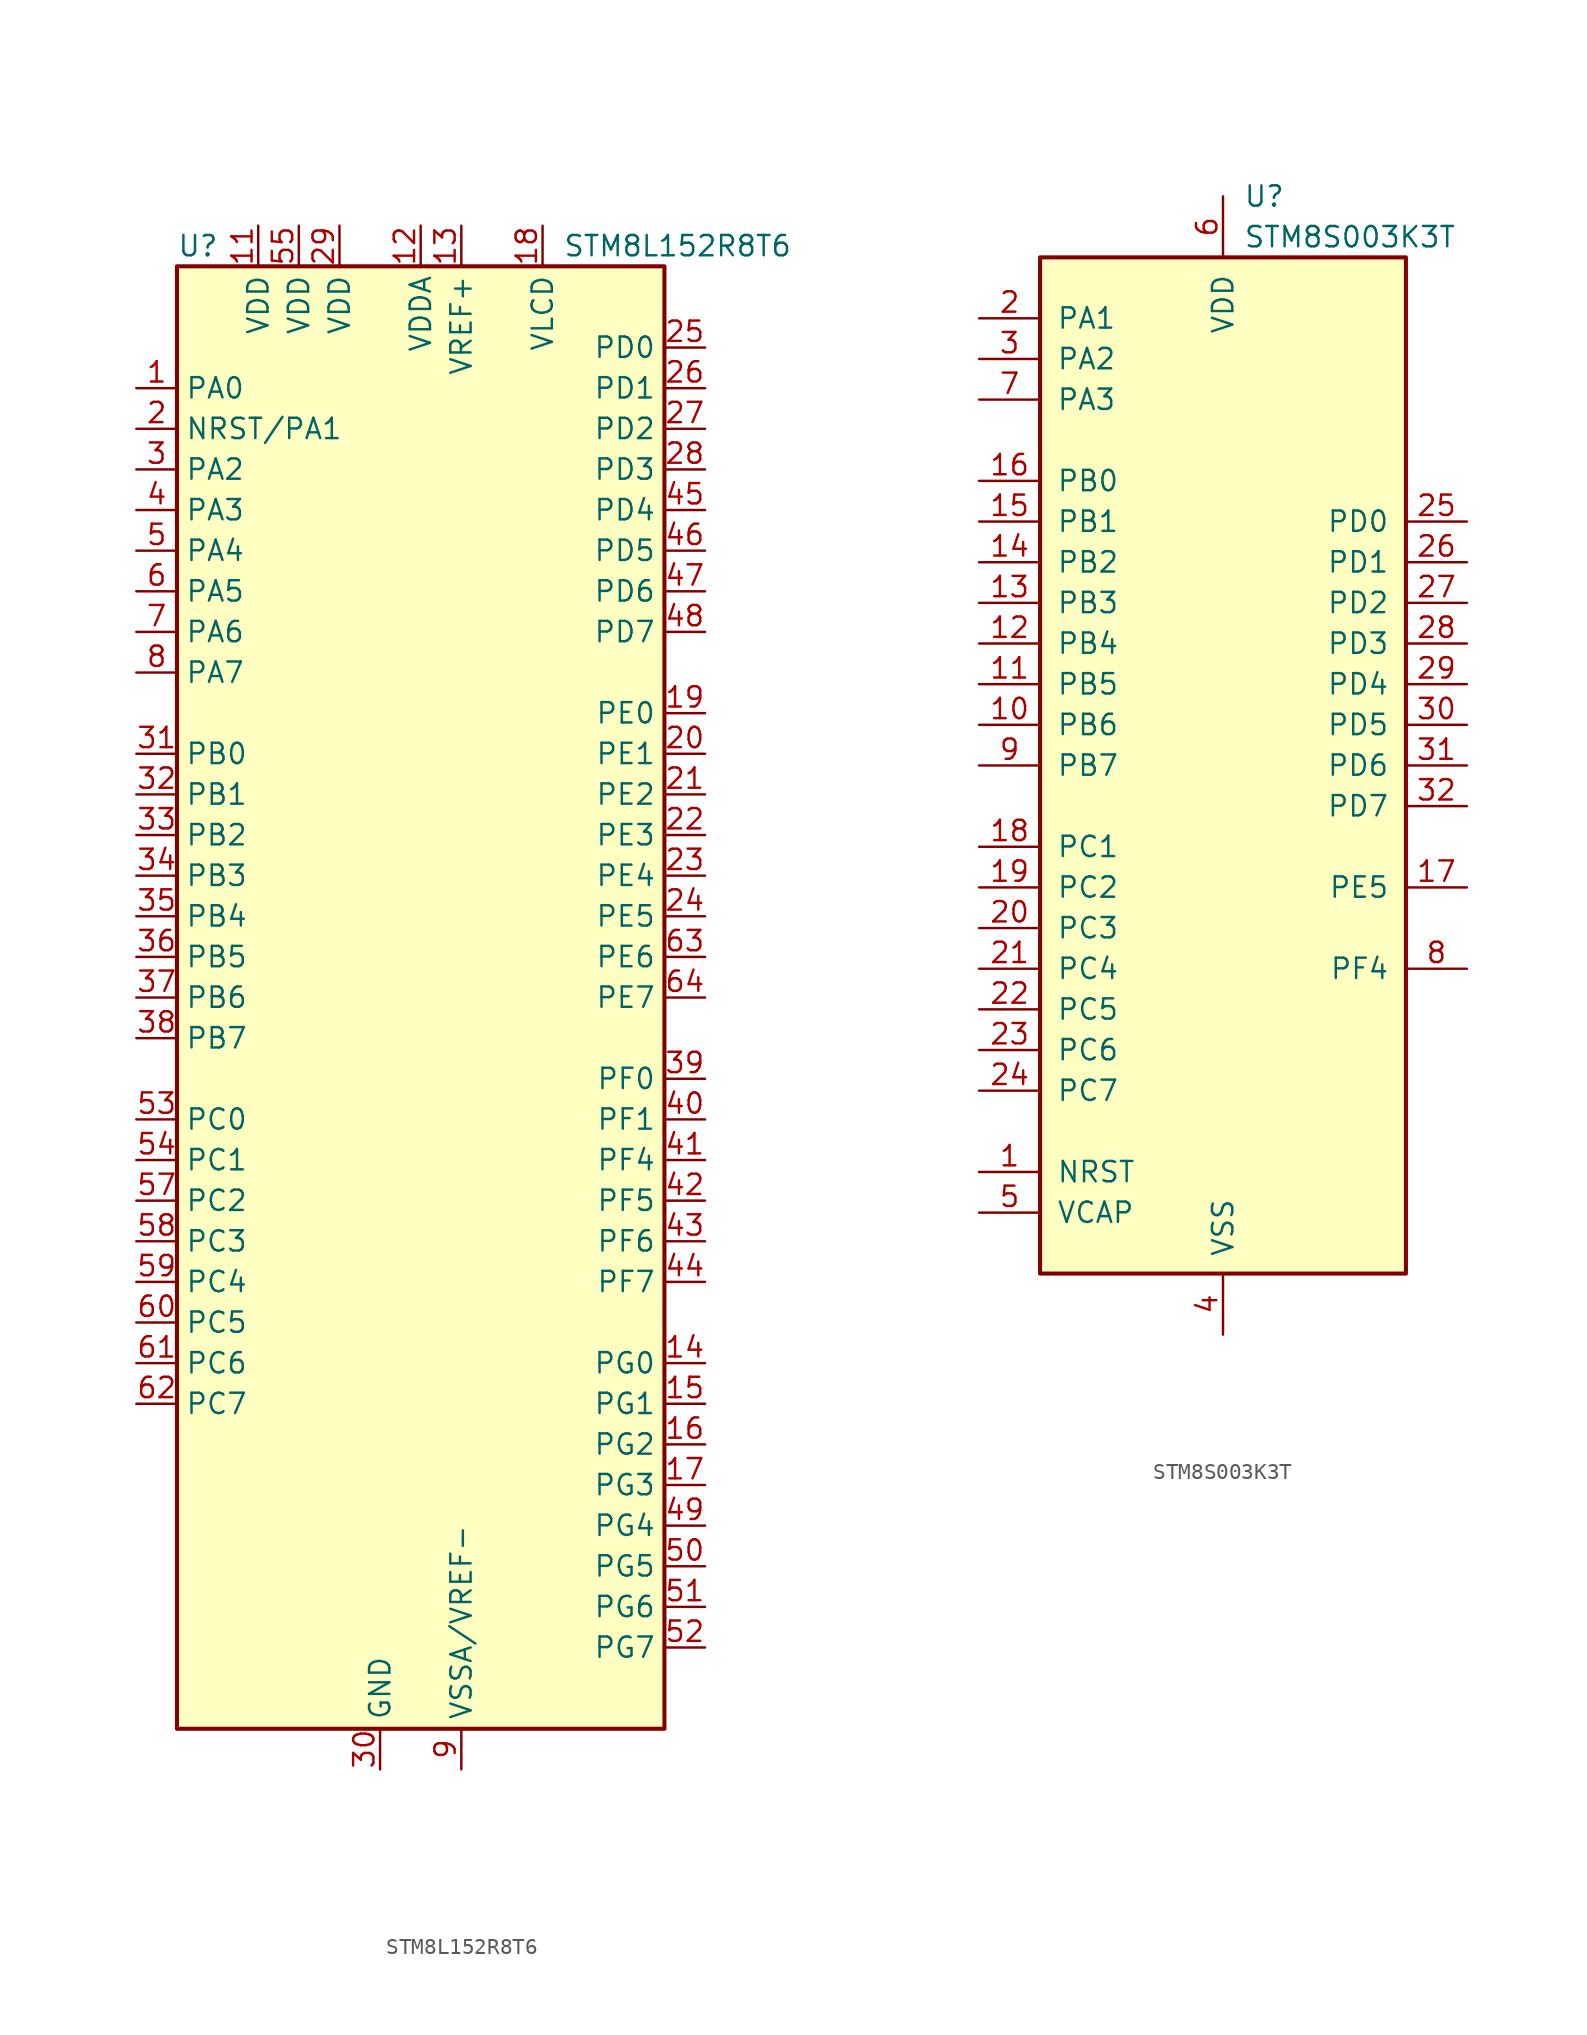
<source format=kicad_sym>
(kicad_symbol_lib
  (version 20201005)
  (generator kicad_symbol_editor)
  (symbol "STM8L152R8T6"
    (property "Reference" "U"
      (at -15.24 46.99 0)
      (effects (font (size 1.27 1.27)) (justify left)))
    (property "Value" "STM8L152R8T6"
      (at 8.89 46.99 0)
      (effects (font (size 1.27 1.27)) (justify left)))
    (symbol "STM8L152R8T6_0_0"
      (pin passive line (at -2.54 -48.26 90) (length 2.54) hide (name "GND" (effects (font (size 1.27 1.27)))) (number "10" (effects (font (size 1.27 1.27)))))
      (pin bidirectional line (at 17.78 12.7 180) (length 2.54) (name "PE2" (effects (font (size 1.27 1.27)))) (number "21" (effects (font (size 1.27 1.27)))))
      (pin bidirectional line (at 17.78 10.16 180) (length 2.54) (name "PE3" (effects (font (size 1.27 1.27)))) (number "22" (effects (font (size 1.27 1.27)))))
      (pin bidirectional line (at 17.78 7.62 180) (length 2.54) (name "PE4" (effects (font (size 1.27 1.27)))) (number "23" (effects (font (size 1.27 1.27)))))
      (pin bidirectional line (at 17.78 5.08 180) (length 2.54) (name "PE5" (effects (font (size 1.27 1.27)))) (number "24" (effects (font (size 1.27 1.27)))))
      (pin bidirectional line (at 17.78 40.64 180) (length 2.54) (name "PD0" (effects (font (size 1.27 1.27)))) (number "25" (effects (font (size 1.27 1.27)))))
      (pin bidirectional line (at 17.78 38.1 180) (length 2.54) (name "PD1" (effects (font (size 1.27 1.27)))) (number "26" (effects (font (size 1.27 1.27)))))
      (pin bidirectional line (at 17.78 35.56 180) (length 2.54) (name "PD2" (effects (font (size 1.27 1.27)))) (number "27" (effects (font (size 1.27 1.27)))))
      (pin bidirectional line (at 17.78 33.02 180) (length 2.54) (name "PD3" (effects (font (size 1.27 1.27)))) (number "28" (effects (font (size 1.27 1.27)))))
      (pin power_in line (at -5.08 48.26 270) (length 2.54) (name "VDD" (effects (font (size 1.27 1.27)))) (number "29" (effects (font (size 1.27 1.27)))))
      (pin power_in line (at -2.54 -48.26 90) (length 2.54) (name "GND" (effects (font (size 1.27 1.27)))) (number "30" (effects (font (size 1.27 1.27)))))
      (pin bidirectional line (at -17.78 15.24 0) (length 2.54) (name "PB0" (effects (font (size 1.27 1.27)))) (number "31" (effects (font (size 1.27 1.27)))))
      (pin bidirectional line (at -17.78 12.7 0) (length 2.54) (name "PB1" (effects (font (size 1.27 1.27)))) (number "32" (effects (font (size 1.27 1.27)))))
      (pin bidirectional line (at -17.78 10.16 0) (length 2.54) (name "PB2" (effects (font (size 1.27 1.27)))) (number "33" (effects (font (size 1.27 1.27)))))
      (pin bidirectional line (at -17.78 7.62 0) (length 2.54) (name "PB3" (effects (font (size 1.27 1.27)))) (number "34" (effects (font (size 1.27 1.27)))))
      (pin bidirectional line (at -17.78 5.08 0) (length 2.54) (name "PB4" (effects (font (size 1.27 1.27)))) (number "35" (effects (font (size 1.27 1.27)))))
      (pin bidirectional line (at -17.78 2.54 0) (length 2.54) (name "PB5" (effects (font (size 1.27 1.27)))) (number "36" (effects (font (size 1.27 1.27)))))
      (pin bidirectional line (at -17.78 0 0) (length 2.54) (name "PB6" (effects (font (size 1.27 1.27)))) (number "37" (effects (font (size 1.27 1.27)))))
      (pin bidirectional line (at -17.78 -2.54 0) (length 2.54) (name "PB7" (effects (font (size 1.27 1.27)))) (number "38" (effects (font (size 1.27 1.27)))))
      (pin bidirectional line (at 17.78 -5.08 180) (length 2.54) (name "PF0" (effects (font (size 1.27 1.27)))) (number "39" (effects (font (size 1.27 1.27)))))
      (pin bidirectional line (at 17.78 -7.62 180) (length 2.54) (name "PF1" (effects (font (size 1.27 1.27)))) (number "40" (effects (font (size 1.27 1.27)))))
      (pin bidirectional line (at 17.78 -10.16 180) (length 2.54) (name "PF4" (effects (font (size 1.27 1.27)))) (number "41" (effects (font (size 1.27 1.27)))))
      (pin bidirectional line (at 17.78 -12.7 180) (length 2.54) (name "PF5" (effects (font (size 1.27 1.27)))) (number "42" (effects (font (size 1.27 1.27)))))
      (pin bidirectional line (at 17.78 -15.24 180) (length 2.54) (name "PF6" (effects (font (size 1.27 1.27)))) (number "43" (effects (font (size 1.27 1.27)))))
      (pin bidirectional line (at 17.78 -17.78 180) (length 2.54) (name "PF7" (effects (font (size 1.27 1.27)))) (number "44" (effects (font (size 1.27 1.27)))))
      (pin bidirectional line (at 17.78 30.48 180) (length 2.54) (name "PD4" (effects (font (size 1.27 1.27)))) (number "45" (effects (font (size 1.27 1.27)))))
      (pin bidirectional line (at 17.78 27.94 180) (length 2.54) (name "PD5" (effects (font (size 1.27 1.27)))) (number "46" (effects (font (size 1.27 1.27)))))
      (pin bidirectional line (at 17.78 25.4 180) (length 2.54) (name "PD6" (effects (font (size 1.27 1.27)))) (number "47" (effects (font (size 1.27 1.27)))))
      (pin bidirectional line (at 17.78 22.86 180) (length 2.54) (name "PD7" (effects (font (size 1.27 1.27)))) (number "48" (effects (font (size 1.27 1.27)))))
      (pin bidirectional line (at 17.78 -33.02 180) (length 2.54) (name "PG4" (effects (font (size 1.27 1.27)))) (number "49" (effects (font (size 1.27 1.27)))))
      (pin bidirectional line (at 17.78 -35.56 180) (length 2.54) (name "PG5" (effects (font (size 1.27 1.27)))) (number "50" (effects (font (size 1.27 1.27)))))
      (pin bidirectional line (at 17.78 -38.1 180) (length 2.54) (name "PG6" (effects (font (size 1.27 1.27)))) (number "51" (effects (font (size 1.27 1.27)))))
      (pin bidirectional line (at 17.78 -40.64 180) (length 2.54) (name "PG7" (effects (font (size 1.27 1.27)))) (number "52" (effects (font (size 1.27 1.27)))))
      (pin bidirectional line (at -17.78 -7.62 0) (length 2.54) (name "PC0" (effects (font (size 1.27 1.27)))) (number "53" (effects (font (size 1.27 1.27)))))
      (pin bidirectional line (at -17.78 -10.16 0) (length 2.54) (name "PC1" (effects (font (size 1.27 1.27)))) (number "54" (effects (font (size 1.27 1.27)))))
      (pin power_in line (at -7.62 48.26 270) (length 2.54) (name "VDD" (effects (font (size 1.27 1.27)))) (number "55" (effects (font (size 1.27 1.27)))))
      (pin passive line (at -2.54 -48.26 90) (length 2.54) hide (name "GND" (effects (font (size 1.27 1.27)))) (number "56" (effects (font (size 1.27 1.27)))))
      (pin bidirectional line (at -17.78 -12.7 0) (length 2.54) (name "PC2" (effects (font (size 1.27 1.27)))) (number "57" (effects (font (size 1.27 1.27)))))
      (pin bidirectional line (at -17.78 -15.24 0) (length 2.54) (name "PC3" (effects (font (size 1.27 1.27)))) (number "58" (effects (font (size 1.27 1.27)))))
      (pin bidirectional line (at -17.78 -17.78 0) (length 2.54) (name "PC4" (effects (font (size 1.27 1.27)))) (number "59" (effects (font (size 1.27 1.27)))))
      (pin bidirectional line (at -17.78 -20.32 0) (length 2.54) (name "PC5" (effects (font (size 1.27 1.27)))) (number "60" (effects (font (size 1.27 1.27)))))
      (pin bidirectional line (at -17.78 -22.86 0) (length 2.54) (name "PC6" (effects (font (size 1.27 1.27)))) (number "61" (effects (font (size 1.27 1.27)))))
      (pin bidirectional line (at -17.78 -25.4 0) (length 2.54) (name "PC7" (effects (font (size 1.27 1.27)))) (number "62" (effects (font (size 1.27 1.27)))))
      (pin bidirectional line (at 17.78 2.54 180) (length 2.54) (name "PE6" (effects (font (size 1.27 1.27)))) (number "63" (effects (font (size 1.27 1.27)))))
      (pin bidirectional line (at 17.78 0 180) (length 2.54) (name "PE7" (effects (font (size 1.27 1.27)))) (number "64" (effects (font (size 1.27 1.27))))))
    (symbol "STM8L152R8T6_0_1"
      (rectangle (start -15.24 45.72) (end 15.24 -45.72) (stroke (width 0.254)) (fill (type background))))
    (symbol "STM8L152R8T6_1_1"
      (pin bidirectional line (at -17.78 38.1 0) (length 2.54) (name "PA0" (effects (font (size 1.27 1.27)))) (number "1" (effects (font (size 1.27 1.27)))))
      (pin power_in line (at -10.16 48.26 270) (length 2.54) (name "VDD" (effects (font (size 1.27 1.27)))) (number "11" (effects (font (size 1.27 1.27)))))
      (pin power_in line (at 0 48.26 270) (length 2.54) (name "VDDA" (effects (font (size 1.27 1.27)))) (number "12" (effects (font (size 1.27 1.27)))))
      (pin power_in line (at 2.54 48.26 270) (length 2.54) (name "VREF+" (effects (font (size 1.27 1.27)))) (number "13" (effects (font (size 1.27 1.27)))))
      (pin bidirectional line (at 17.78 -22.86 180) (length 2.54) (name "PG0" (effects (font (size 1.27 1.27)))) (number "14" (effects (font (size 1.27 1.27)))))
      (pin bidirectional line (at 17.78 -25.4 180) (length 2.54) (name "PG1" (effects (font (size 1.27 1.27)))) (number "15" (effects (font (size 1.27 1.27)))))
      (pin bidirectional line (at 17.78 -27.94 180) (length 2.54) (name "PG2" (effects (font (size 1.27 1.27)))) (number "16" (effects (font (size 1.27 1.27)))))
      (pin bidirectional line (at 17.78 -30.48 180) (length 2.54) (name "PG3" (effects (font (size 1.27 1.27)))) (number "17" (effects (font (size 1.27 1.27)))))
      (pin power_in line (at 7.62 48.26 270) (length 2.54) (name "VLCD" (effects (font (size 1.27 1.27)))) (number "18" (effects (font (size 1.27 1.27)))))
      (pin bidirectional line (at 17.78 17.78 180) (length 2.54) (name "PE0" (effects (font (size 1.27 1.27)))) (number "19" (effects (font (size 1.27 1.27)))))
      (pin bidirectional line (at -17.78 35.56 0) (length 2.54) (name "NRST/PA1" (effects (font (size 1.27 1.27)))) (number "2" (effects (font (size 1.27 1.27)))))
      (pin bidirectional line (at 17.78 15.24 180) (length 2.54) (name "PE1" (effects (font (size 1.27 1.27)))) (number "20" (effects (font (size 1.27 1.27)))))
      (pin bidirectional line (at -17.78 33.02 0) (length 2.54) (name "PA2" (effects (font (size 1.27 1.27)))) (number "3" (effects (font (size 1.27 1.27)))))
      (pin bidirectional line (at -17.78 30.48 0) (length 2.54) (name "PA3" (effects (font (size 1.27 1.27)))) (number "4" (effects (font (size 1.27 1.27)))))
      (pin bidirectional line (at -17.78 27.94 0) (length 2.54) (name "PA4" (effects (font (size 1.27 1.27)))) (number "5" (effects (font (size 1.27 1.27)))))
      (pin bidirectional line (at -17.78 25.4 0) (length 2.54) (name "PA5" (effects (font (size 1.27 1.27)))) (number "6" (effects (font (size 1.27 1.27)))))
      (pin bidirectional line (at -17.78 22.86 0) (length 2.54) (name "PA6" (effects (font (size 1.27 1.27)))) (number "7" (effects (font (size 1.27 1.27)))))
      (pin bidirectional line (at -17.78 20.32 0) (length 2.54) (name "PA7" (effects (font (size 1.27 1.27)))) (number "8" (effects (font (size 1.27 1.27)))))
      (pin power_in line (at 2.54 -48.26 90) (length 2.54) (name "VSSA/VREF-" (effects (font (size 1.27 1.27)))) (number "9" (effects (font (size 1.27 1.27)))))))
  (symbol "STM8S003K3T"
    (pin_names
      (offset 1.016))
    (property "Reference" "U"
      (at 1.27 35.56 0)
      (effects (font (size 1.27 1.27)) (justify left)))
    (property "Value" "STM8S003K3T"
      (at 1.27 33.02 0)
      (effects (font (size 1.27 1.27)) (justify left)))
    (symbol "STM8S003K3T_0_1"
      (rectangle (start -11.43 31.75) (end 11.43 -31.75) (stroke (width 0.254)) (fill (type background))))
    (symbol "STM8S003K3T_1_1"
      (pin input line (at -15.24 -25.4 0) (length 3.81) (name "NRST" (effects (font (size 1.27 1.27)))) (number "1" (effects (font (size 1.27 1.27)))))
      (pin bidirectional line (at -15.24 27.94 0) (length 3.81) (name "PA1" (effects (font (size 1.27 1.27)))) (number "2" (effects (font (size 1.27 1.27)))))
      (pin bidirectional line (at -15.24 25.4 0) (length 3.81) (name "PA2" (effects (font (size 1.27 1.27)))) (number "3" (effects (font (size 1.27 1.27)))))
      (pin power_in line (at 0 -35.56 90) (length 3.81) (name "VSS" (effects (font (size 1.27 1.27)))) (number "4" (effects (font (size 1.27 1.27)))))
      (pin input line (at -15.24 -27.94 0) (length 3.81) (name "VCAP" (effects (font (size 1.27 1.27)))) (number "5" (effects (font (size 1.27 1.27)))))
      (pin power_in line (at 0 35.56 270) (length 3.81) (name "VDD" (effects (font (size 1.27 1.27)))) (number "6" (effects (font (size 1.27 1.27)))))
      (pin bidirectional line (at -15.24 22.86 0) (length 3.81) (name "PA3" (effects (font (size 1.27 1.27)))) (number "7" (effects (font (size 1.27 1.27)))))
      (pin bidirectional line (at 15.24 -12.7 180) (length 3.81) (name "PF4" (effects (font (size 1.27 1.27)))) (number "8" (effects (font (size 1.27 1.27)))))
      (pin bidirectional line (at -15.24 0 0) (length 3.81) (name "PB7" (effects (font (size 1.27 1.27)))) (number "9" (effects (font (size 1.27 1.27)))))
      (pin bidirectional line (at -15.24 2.54 0) (length 3.81) (name "PB6" (effects (font (size 1.27 1.27)))) (number "10" (effects (font (size 1.27 1.27)))))
      (pin bidirectional line (at -15.24 -10.16 0) (length 3.81) (name "PC3" (effects (font (size 1.27 1.27)))) (number "20" (effects (font (size 1.27 1.27)))))
      (pin bidirectional line (at 15.24 2.54 180) (length 3.81) (name "PD5" (effects (font (size 1.27 1.27)))) (number "30" (effects (font (size 1.27 1.27)))))
      (pin bidirectional line (at -15.24 5.08 0) (length 3.81) (name "PB5" (effects (font (size 1.27 1.27)))) (number "11" (effects (font (size 1.27 1.27)))))
      (pin bidirectional line (at -15.24 -12.7 0) (length 3.81) (name "PC4" (effects (font (size 1.27 1.27)))) (number "21" (effects (font (size 1.27 1.27)))))
      (pin bidirectional line (at 15.24 0 180) (length 3.81) (name "PD6" (effects (font (size 1.27 1.27)))) (number "31" (effects (font (size 1.27 1.27)))))
      (pin bidirectional line (at -15.24 7.62 0) (length 3.81) (name "PB4" (effects (font (size 1.27 1.27)))) (number "12" (effects (font (size 1.27 1.27)))))
      (pin bidirectional line (at -15.24 -15.24 0) (length 3.81) (name "PC5" (effects (font (size 1.27 1.27)))) (number "22" (effects (font (size 1.27 1.27)))))
      (pin bidirectional line (at 15.24 -2.54 180) (length 3.81) (name "PD7" (effects (font (size 1.27 1.27)))) (number "32" (effects (font (size 1.27 1.27)))))
      (pin bidirectional line (at -15.24 10.16 0) (length 3.81) (name "PB3" (effects (font (size 1.27 1.27)))) (number "13" (effects (font (size 1.27 1.27)))))
      (pin bidirectional line (at -15.24 -17.78 0) (length 3.81) (name "PC6" (effects (font (size 1.27 1.27)))) (number "23" (effects (font (size 1.27 1.27)))))
      (pin bidirectional line (at -15.24 12.7 0) (length 3.81) (name "PB2" (effects (font (size 1.27 1.27)))) (number "14" (effects (font (size 1.27 1.27)))))
      (pin bidirectional line (at -15.24 -20.32 0) (length 3.81) (name "PC7" (effects (font (size 1.27 1.27)))) (number "24" (effects (font (size 1.27 1.27)))))
      (pin bidirectional line (at -15.24 15.24 0) (length 3.81) (name "PB1" (effects (font (size 1.27 1.27)))) (number "15" (effects (font (size 1.27 1.27)))))
      (pin bidirectional line (at 15.24 15.24 180) (length 3.81) (name "PD0" (effects (font (size 1.27 1.27)))) (number "25" (effects (font (size 1.27 1.27)))))
      (pin bidirectional line (at -15.24 17.78 0) (length 3.81) (name "PB0" (effects (font (size 1.27 1.27)))) (number "16" (effects (font (size 1.27 1.27)))))
      (pin bidirectional line (at 15.24 12.7 180) (length 3.81) (name "PD1" (effects (font (size 1.27 1.27)))) (number "26" (effects (font (size 1.27 1.27)))))
      (pin bidirectional line (at 15.24 -7.62 180) (length 3.81) (name "PE5" (effects (font (size 1.27 1.27)))) (number "17" (effects (font (size 1.27 1.27)))))
      (pin bidirectional line (at 15.24 10.16 180) (length 3.81) (name "PD2" (effects (font (size 1.27 1.27)))) (number "27" (effects (font (size 1.27 1.27)))))
      (pin bidirectional line (at -15.24 -5.08 0) (length 3.81) (name "PC1" (effects (font (size 1.27 1.27)))) (number "18" (effects (font (size 1.27 1.27)))))
      (pin bidirectional line (at 15.24 7.62 180) (length 3.81) (name "PD3" (effects (font (size 1.27 1.27)))) (number "28" (effects (font (size 1.27 1.27)))))
      (pin bidirectional line (at -15.24 -7.62 0) (length 3.81) (name "PC2" (effects (font (size 1.27 1.27)))) (number "19" (effects (font (size 1.27 1.27)))))
      (pin bidirectional line (at 15.24 5.08 180) (length 3.81) (name "PD4" (effects (font (size 1.27 1.27)))) (number "29" (effects (font (size 1.27 1.27))))))))
</source>
